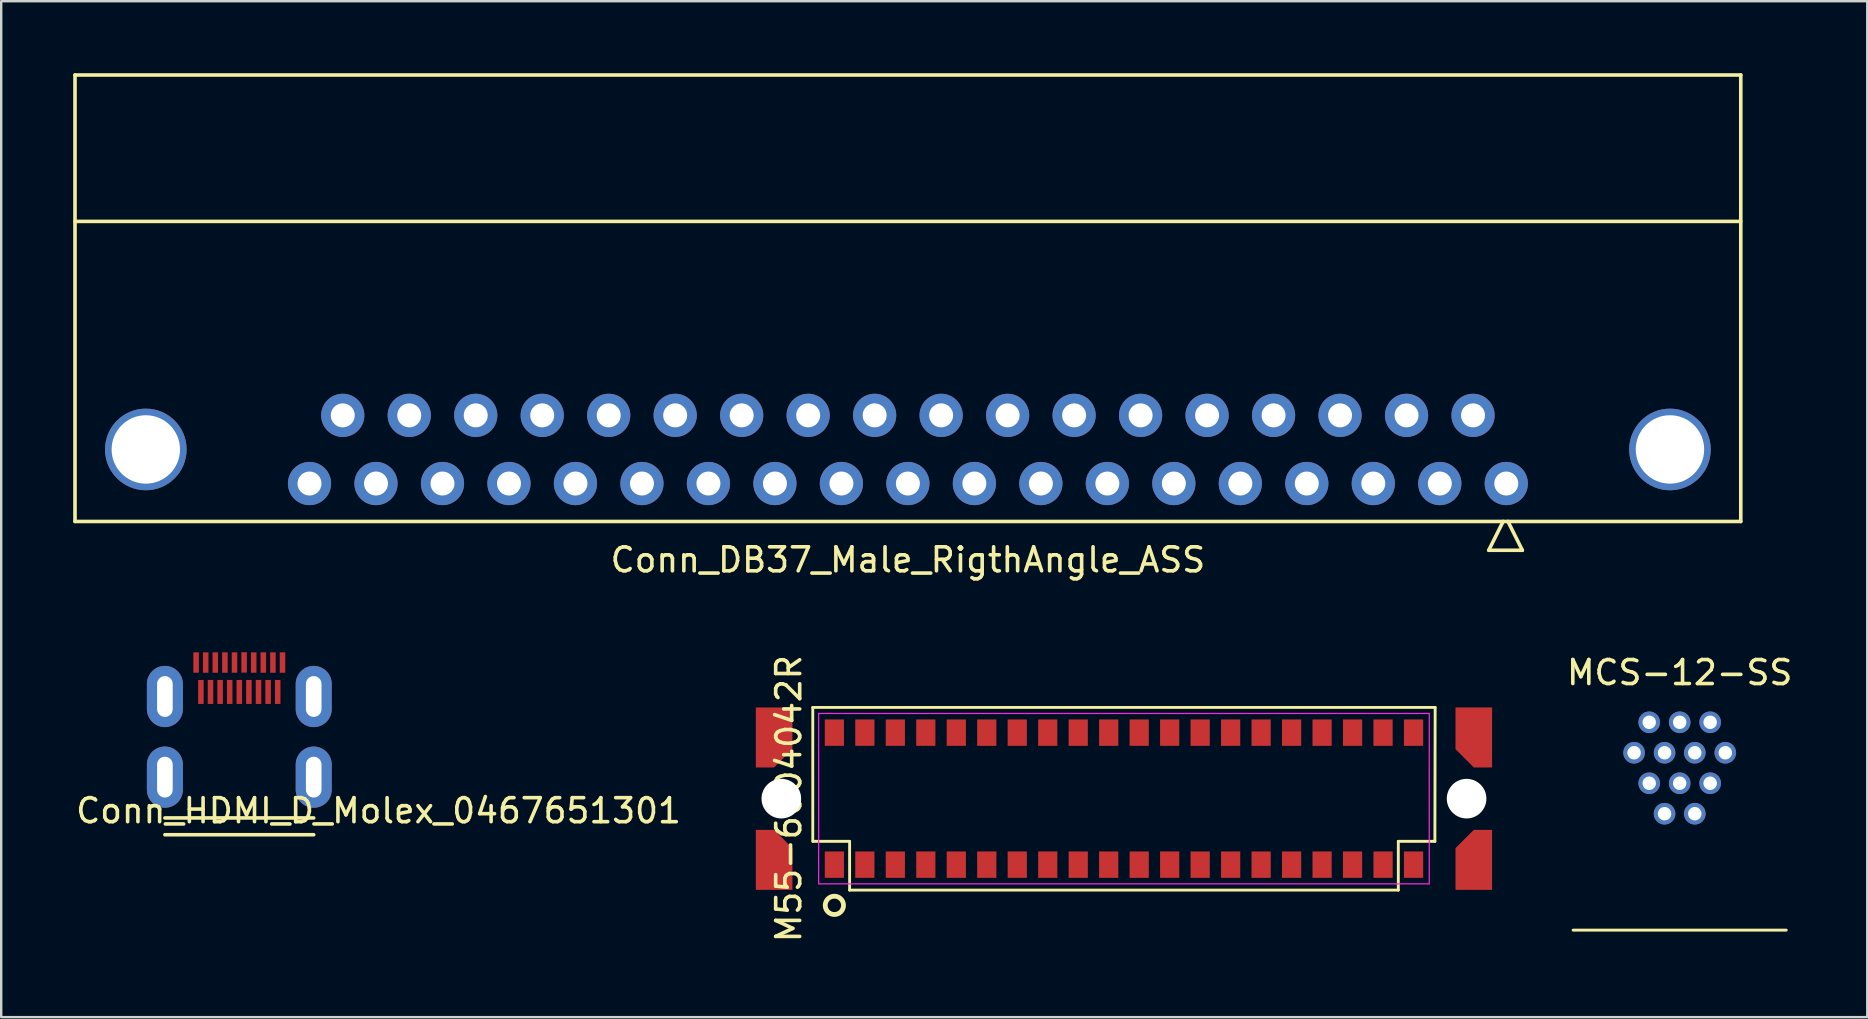
<source format=kicad_pcb>
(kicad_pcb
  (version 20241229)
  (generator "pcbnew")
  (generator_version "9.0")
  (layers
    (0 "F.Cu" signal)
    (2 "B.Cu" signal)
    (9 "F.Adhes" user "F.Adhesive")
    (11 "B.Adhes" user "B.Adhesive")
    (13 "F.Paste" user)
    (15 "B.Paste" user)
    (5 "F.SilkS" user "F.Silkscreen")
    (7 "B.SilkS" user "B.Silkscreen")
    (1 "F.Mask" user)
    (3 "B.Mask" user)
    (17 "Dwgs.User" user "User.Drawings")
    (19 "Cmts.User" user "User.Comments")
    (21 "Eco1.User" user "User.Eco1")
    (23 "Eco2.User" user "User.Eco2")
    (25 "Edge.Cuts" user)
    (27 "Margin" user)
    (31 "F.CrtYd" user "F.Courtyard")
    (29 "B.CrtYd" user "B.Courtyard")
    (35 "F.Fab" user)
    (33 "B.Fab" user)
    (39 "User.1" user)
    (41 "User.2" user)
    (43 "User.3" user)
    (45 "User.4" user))
  (footprint "MCS-12-SS"
    (layer "F.Cu")
    (at 66.93 35.702)
    (property "Reference" "MCS-12-SS" (at 0 -10.73 0) (layer "F.SilkS") (effects (font (size 1 1) (thickness 0.15))))
    (attr through_hole)
    (fp_line (start -4.44 0) (end 4.44 0) (stroke (width 0.12) (type solid)) (layer "F.SilkS"))
    (pad "1" thru_hole circle (at 1.27 -8.66) (size 0.9 0.9) (drill 0.56) (layers "*.Cu" "*.Mask"))
    (pad "2" thru_hole circle (at 0 -8.66) (size 0.9 0.9) (drill 0.56) (layers "*.Cu" "*.Mask"))
    (pad "3" thru_hole circle (at -1.27 -8.66) (size 0.9 0.9) (drill 0.56) (layers "*.Cu" "*.Mask"))
    (pad "4" thru_hole circle (at 1.9 -7.39) (size 0.9 0.9) (drill 0.56) (layers "*.Cu" "*.Mask"))
    (pad "5" thru_hole circle (at 0.63 -7.39) (size 0.9 0.9) (drill 0.56) (layers "*.Cu" "*.Mask"))
    (pad "6" thru_hole circle (at -0.63 -7.39) (size 0.9 0.9) (drill 0.56) (layers "*.Cu" "*.Mask"))
    (pad "7" thru_hole circle (at -1.9 -7.39) (size 0.9 0.9) (drill 0.56) (layers "*.Cu" "*.Mask"))
    (pad "8" thru_hole circle (at 1.27 -6.12) (size 0.9 0.9) (drill 0.56) (layers "*.Cu" "*.Mask"))
    (pad "9" thru_hole circle (at 0 -6.12) (size 0.9 0.9) (drill 0.56) (layers "*.Cu" "*.Mask"))
    (pad "10" thru_hole circle (at -1.27 -6.12) (size 0.9 0.9) (drill 0.56) (layers "*.Cu" "*.Mask"))
    (pad "11" thru_hole circle (at 0.63 -4.85) (size 0.9 0.9) (drill 0.56) (layers "*.Cu" "*.Mask"))
    (pad "12" thru_hole circle (at -0.63 -4.85) (size 0.9 0.9) (drill 0.56) (layers "*.Cu" "*.Mask")))
  (footprint "Conn_DB37_Male_RigthAngle_ASS"
    (layer "F.Cu")
    (at 34.775 15.675)
    (property "Reference" "Conn_DB37_Male_RigthAngle_ASS" (at 0 4.6 0) (layer "F.SilkS") (effects (font (size 1 1) (thickness 0.15))))
    (attr through_hole)
    (fp_line (start -34.7 -15.6) (end -34.7 3) (stroke (width 0.15) (type solid)) (layer "F.SilkS"))
    (fp_line (start -34.7 -15.6) (end 34.7 -15.6) (stroke (width 0.15) (type solid)) (layer "F.SilkS"))
    (fp_line (start -34.7 3) (end 34.7 3) (stroke (width 0.15) (type solid)) (layer "F.SilkS"))
    (fp_line (start 24.2 4.2) (end 25.6 4.2) (stroke (width 0.15) (type solid)) (layer "F.SilkS"))
    (fp_line (start 24.8 3) (end 24.2 4.2) (stroke (width 0.15) (type solid)) (layer "F.SilkS"))
    (fp_line (start 25.6 4.2) (end 25 3) (stroke (width 0.15) (type solid)) (layer "F.SilkS"))
    (fp_line (start 34.7 -15.6) (end 34.7 3) (stroke (width 0.15) (type solid)) (layer "F.SilkS"))
    (fp_line (start 34.7 -9.5) (end -34.7 -9.5) (stroke (width 0.15) (type solid)) (layer "F.SilkS"))
    (pad "" np_thru_hole circle (at -31.75 0) (size 3.4 3.4) (drill 2.85) (layers "*.Cu" "*.Mask"))
    (pad "" np_thru_hole circle (at 31.75 0) (size 3.4 3.4) (drill 2.85) (layers "*.Cu" "*.Mask"))
    (pad "1" thru_hole circle (at 24.93 1.42) (size 1.8 1.8) (drill 1) (layers "*.Cu" "*.Mask"))
    (pad "2" thru_hole circle (at 22.16 1.42) (size 1.8 1.8) (drill 1) (layers "*.Cu" "*.Mask"))
    (pad "3" thru_hole circle (at 19.39 1.42) (size 1.8 1.8) (drill 1) (layers "*.Cu" "*.Mask"))
    (pad "4" thru_hole circle (at 16.62 1.42) (size 1.8 1.8) (drill 1) (layers "*.Cu" "*.Mask"))
    (pad "5" thru_hole circle (at 13.85 1.42) (size 1.8 1.8) (drill 1) (layers "*.Cu" "*.Mask"))
    (pad "6" thru_hole circle (at 11.08 1.42) (size 1.8 1.8) (drill 1) (layers "*.Cu" "*.Mask"))
    (pad "7" thru_hole circle (at 8.31 1.42) (size 1.8 1.8) (drill 1) (layers "*.Cu" "*.Mask"))
    (pad "8" thru_hole circle (at 5.54 1.42) (size 1.8 1.8) (drill 1) (layers "*.Cu" "*.Mask"))
    (pad "9" thru_hole circle (at 2.77 1.42) (size 1.8 1.8) (drill 1) (layers "*.Cu" "*.Mask"))
    (pad "10" thru_hole circle (at 0 1.42) (size 1.8 1.8) (drill 1) (layers "*.Cu" "*.Mask"))
    (pad "11" thru_hole circle (at -2.77 1.42) (size 1.8 1.8) (drill 1) (layers "*.Cu" "*.Mask"))
    (pad "12" thru_hole circle (at -5.54 1.42) (size 1.8 1.8) (drill 1) (layers "*.Cu" "*.Mask"))
    (pad "13" thru_hole circle (at -8.31 1.42) (size 1.8 1.8) (drill 1) (layers "*.Cu" "*.Mask"))
    (pad "14" thru_hole circle (at -11.08 1.42) (size 1.8 1.8) (drill 1) (layers "*.Cu" "*.Mask"))
    (pad "15" thru_hole circle (at -13.85 1.42) (size 1.8 1.8) (drill 1) (layers "*.Cu" "*.Mask"))
    (pad "16" thru_hole circle (at -16.62 1.42) (size 1.8 1.8) (drill 1) (layers "*.Cu" "*.Mask"))
    (pad "17" thru_hole circle (at -19.39 1.42) (size 1.8 1.8) (drill 1) (layers "*.Cu" "*.Mask"))
    (pad "18" thru_hole circle (at -22.16 1.42) (size 1.8 1.8) (drill 1) (layers "*.Cu" "*.Mask"))
    (pad "19" thru_hole circle (at -24.93 1.42) (size 1.8 1.8) (drill 1) (layers "*.Cu" "*.Mask"))
    (pad "20" thru_hole circle (at 23.545 -1.42) (size 1.8 1.8) (drill 1) (layers "*.Cu" "*.Mask"))
    (pad "21" thru_hole circle (at 20.775 -1.42) (size 1.8 1.8) (drill 1) (layers "*.Cu" "*.Mask"))
    (pad "22" thru_hole circle (at 18.005 -1.42) (size 1.8 1.8) (drill 1) (layers "*.Cu" "*.Mask"))
    (pad "23" thru_hole circle (at 15.235 -1.42) (size 1.8 1.8) (drill 1) (layers "*.Cu" "*.Mask"))
    (pad "24" thru_hole circle (at 12.465 -1.42) (size 1.8 1.8) (drill 1) (layers "*.Cu" "*.Mask"))
    (pad "25" thru_hole circle (at 9.695 -1.42) (size 1.8 1.8) (drill 1) (layers "*.Cu" "*.Mask"))
    (pad "26" thru_hole circle (at 6.925 -1.42) (size 1.8 1.8) (drill 1) (layers "*.Cu" "*.Mask"))
    (pad "27" thru_hole circle (at 4.155 -1.42) (size 1.8 1.8) (drill 1) (layers "*.Cu" "*.Mask"))
    (pad "28" thru_hole circle (at 1.385 -1.42) (size 1.8 1.8) (drill 1) (layers "*.Cu" "*.Mask"))
    (pad "29" thru_hole circle (at -1.385 -1.42) (size 1.8 1.8) (drill 1) (layers "*.Cu" "*.Mask"))
    (pad "30" thru_hole circle (at -4.155 -1.42) (size 1.8 1.8) (drill 1) (layers "*.Cu" "*.Mask"))
    (pad "31" thru_hole circle (at -6.925 -1.42) (size 1.8 1.8) (drill 1) (layers "*.Cu" "*.Mask"))
    (pad "32" thru_hole circle (at -9.695 -1.42) (size 1.8 1.8) (drill 1) (layers "*.Cu" "*.Mask"))
    (pad "33" thru_hole circle (at -12.465 -1.42) (size 1.8 1.8) (drill 1) (layers "*.Cu" "*.Mask"))
    (pad "34" thru_hole circle (at -15.235 -1.42) (size 1.8 1.8) (drill 1) (layers "*.Cu" "*.Mask"))
    (pad "35" thru_hole circle (at -18.005 -1.42) (size 1.8 1.8) (drill 1) (layers "*.Cu" "*.Mask"))
    (pad "36" thru_hole circle (at -20.775 -1.42) (size 1.8 1.8) (drill 1) (layers "*.Cu" "*.Mask"))
    (pad "37" thru_hole circle (at -23.545 -1.42) (size 1.8 1.8) (drill 1) (layers "*.Cu" "*.Mask")))
  (footprint "M55-6004042R"
    (layer "F.Cu")
    (at 43.777 30.224)
    (property "Reference" "M55-6004042R" (at -13.965 0 90) (layer "F.SilkS") (effects (font (size 1 1) (thickness 0.15))))
    (attr smd)
    (fp_line (start -12.965 -3.8) (end 12.965 -3.8) (stroke (width 0.12) (type solid)) (layer "F.SilkS"))
    (fp_line (start -12.965 1.778) (end -12.965 -3.8) (stroke (width 0.12) (type solid)) (layer "F.SilkS"))
    (fp_line (start -11.43 1.778) (end -12.954 1.778) (stroke (width 0.12) (type default)) (layer "F.SilkS"))
    (fp_line (start -11.43 3.81) (end -11.43 1.778) (stroke (width 0.12) (type default)) (layer "F.SilkS"))
    (fp_line (start 11.43 1.778) (end 12.954 1.778) (stroke (width 0.12) (type default)) (layer "F.SilkS"))
    (fp_line (start 11.43 3.81) (end -11.43 3.81) (stroke (width 0.12) (type solid)) (layer "F.SilkS"))
    (fp_line (start 11.43 3.81) (end 11.43 1.778) (stroke (width 0.12) (type default)) (layer "F.SilkS"))
    (fp_line (start 12.965 -3.8) (end 12.954 1.778) (stroke (width 0.12) (type solid)) (layer "F.SilkS"))
    (fp_circle (center -12.065 4.445) (end -11.684 4.445) (stroke (width 0.2) (type default)) (fill no) (layer "F.SilkS"))
    (fp_line (start -12.72 -3.55) (end 12.72 -3.55) (stroke (width 0.05) (type solid)) (layer "F.CrtYd"))
    (fp_line (start -12.72 3.55) (end -12.72 -3.55) (stroke (width 0.05) (type solid)) (layer "F.CrtYd"))
    (fp_line (start 12.72 -3.55) (end 12.72 3.55) (stroke (width 0.05) (type solid)) (layer "F.CrtYd"))
    (fp_line (start 12.72 3.55) (end -12.72 3.55) (stroke (width 0.05) (type solid)) (layer "F.CrtYd"))
    (pad "" np_thru_hole circle (at -14.275 0) (size 1.65 1.65) (drill 1.65) (layers "*.Cu" "*.Mask"))
    (pad "" np_thru_hole circle (at 14.275 0) (size 1.65 1.65) (drill 1.65) (layers "*.Cu" "*.Mask"))
    (pad "1" smd rect (at -12.065 2.75) (size 0.8 1.1) (layers "F.Cu" "F.Mask" "F.Paste"))
    (pad "2" smd rect (at -10.795 2.75) (size 0.8 1.1) (layers "F.Cu" "F.Mask" "F.Paste"))
    (pad "3" smd rect (at -9.525 2.75) (size 0.8 1.1) (layers "F.Cu" "F.Mask" "F.Paste"))
    (pad "4" smd rect (at -8.255 2.75) (size 0.8 1.1) (layers "F.Cu" "F.Mask" "F.Paste"))
    (pad "5" smd rect (at -6.985 2.75) (size 0.8 1.1) (layers "F.Cu" "F.Mask" "F.Paste"))
    (pad "6" smd rect (at -5.715 2.75) (size 0.8 1.1) (layers "F.Cu" "F.Mask" "F.Paste"))
    (pad "7" smd rect (at -4.445 2.75) (size 0.8 1.1) (layers "F.Cu" "F.Mask" "F.Paste"))
    (pad "8" smd rect (at -3.175 2.75) (size 0.8 1.1) (layers "F.Cu" "F.Mask" "F.Paste"))
    (pad "9" smd rect (at -1.905 2.75) (size 0.8 1.1) (layers "F.Cu" "F.Mask" "F.Paste"))
    (pad "10" smd rect (at -0.635 2.75) (size 0.8 1.1) (layers "F.Cu" "F.Mask" "F.Paste"))
    (pad "11" smd rect (at 0.635 2.75) (size 0.8 1.1) (layers "F.Cu" "F.Mask" "F.Paste"))
    (pad "12" smd rect (at 1.905 2.75) (size 0.8 1.1) (layers "F.Cu" "F.Mask" "F.Paste"))
    (pad "13" smd rect (at 3.175 2.75) (size 0.8 1.1) (layers "F.Cu" "F.Mask" "F.Paste"))
    (pad "14" smd rect (at 4.445 2.75) (size 0.8 1.1) (layers "F.Cu" "F.Mask" "F.Paste"))
    (pad "15" smd rect (at 5.715 2.75) (size 0.8 1.1) (layers "F.Cu" "F.Mask" "F.Paste"))
    (pad "16" smd rect (at 6.985 2.75) (size 0.8 1.1) (layers "F.Cu" "F.Mask" "F.Paste"))
    (pad "17" smd rect (at 8.255 2.75) (size 0.8 1.1) (layers "F.Cu" "F.Mask" "F.Paste"))
    (pad "18" smd rect (at 9.525 2.75) (size 0.8 1.1) (layers "F.Cu" "F.Mask" "F.Paste"))
    (pad "19" smd rect (at 10.795 2.75) (size 0.8 1.1) (layers "F.Cu" "F.Mask" "F.Paste"))
    (pad "20" smd rect (at 12.065 2.75) (size 0.8 1.1) (layers "F.Cu" "F.Mask" "F.Paste"))
    (pad "21" smd rect (at 12.065 -2.75) (size 0.8 1.1) (layers "F.Cu" "F.Mask" "F.Paste"))
    (pad "22" smd rect (at 10.795 -2.75) (size 0.8 1.1) (layers "F.Cu" "F.Mask" "F.Paste"))
    (pad "23" smd rect (at 9.525 -2.75) (size 0.8 1.1) (layers "F.Cu" "F.Mask" "F.Paste"))
    (pad "24" smd rect (at 8.255 -2.75) (size 0.8 1.1) (layers "F.Cu" "F.Mask" "F.Paste"))
    (pad "25" smd rect (at 6.985 -2.75) (size 0.8 1.1) (layers "F.Cu" "F.Mask" "F.Paste"))
    (pad "26" smd rect (at 5.715 -2.75) (size 0.8 1.1) (layers "F.Cu" "F.Mask" "F.Paste"))
    (pad "27" smd rect (at 4.445 -2.75) (size 0.8 1.1) (layers "F.Cu" "F.Mask" "F.Paste"))
    (pad "28" smd rect (at 3.175 -2.75) (size 0.8 1.1) (layers "F.Cu" "F.Mask" "F.Paste"))
    (pad "29" smd rect (at 1.905 -2.75) (size 0.8 1.1) (layers "F.Cu" "F.Mask" "F.Paste"))
    (pad "30" smd rect (at 0.635 -2.75) (size 0.8 1.1) (layers "F.Cu" "F.Mask" "F.Paste"))
    (pad "31" smd rect (at -0.635 -2.75) (size 0.8 1.1) (layers "F.Cu" "F.Mask" "F.Paste"))
    (pad "32" smd rect (at -1.905 -2.75) (size 0.8 1.1) (layers "F.Cu" "F.Mask" "F.Paste"))
    (pad "33" smd rect (at -3.175 -2.75) (size 0.8 1.1) (layers "F.Cu" "F.Mask" "F.Paste"))
    (pad "34" smd rect (at -4.445 -2.75) (size 0.8 1.1) (layers "F.Cu" "F.Mask" "F.Paste"))
    (pad "35" smd rect (at -5.715 -2.75) (size 0.8 1.1) (layers "F.Cu" "F.Mask" "F.Paste"))
    (pad "36" smd rect (at -6.985 -2.75) (size 0.8 1.1) (layers "F.Cu" "F.Mask" "F.Paste"))
    (pad "37" smd rect (at -8.255 -2.75) (size 0.8 1.1) (layers "F.Cu" "F.Mask" "F.Paste"))
    (pad "38" smd rect (at -9.525 -2.75) (size 0.8 1.1) (layers "F.Cu" "F.Mask" "F.Paste"))
    (pad "39" smd rect (at -10.795 -2.75) (size 0.8 1.1) (layers "F.Cu" "F.Mask" "F.Paste"))
    (pad "40" smd rect (at -12.065 -2.75) (size 0.8 1.1) (layers "F.Cu" "F.Mask" "F.Paste"))
    (pad "MP" smd roundrect (at -14.575 -2.55) (size 1.524 2.5) (layers "F.Cu" "F.Mask" "F.Paste") (roundrect_rratio 0) (chamfer_ratio 0.5) (chamfer bottom_right))
    (pad "MP" smd roundrect (at -14.575 2.55) (size 1.524 2.5) (layers "F.Cu" "F.Mask" "F.Paste") (roundrect_rratio 0) (chamfer_ratio 0.5) (chamfer top_right))
    (pad "MP" smd roundrect (at 14.575 -2.55) (size 1.524 2.5) (layers "F.Cu" "F.Mask" "F.Paste") (roundrect_rratio 0) (chamfer_ratio 0.5) (chamfer bottom_left))
    (pad "MP" smd roundrect (at 14.575 2.55) (size 1.524 2.5) (layers "F.Cu" "F.Mask" "F.Paste") (roundrect_rratio 0) (chamfer_ratio 0.5) (chamfer top_left)))
  (footprint "Conn_HDMI_D_Molex_0467651301"
    (layer "F.Cu")
    (at 6.92 31.028)
    (property "Reference" "Conn_HDMI_D_Molex_0467651301" (at 5.8 -0.3 0) (layer "F.SilkS") (effects (font (size 1 1) (thickness 0.15))))
    (attr through_hole)
    (fp_line (start -3.1 0.7) (end 3.1 0.7) (stroke (width 0.15) (type solid)) (layer "F.SilkS"))
    (fp_line (start 3.1 0) (end -3.1 0) (stroke (width 0.15) (type solid)) (layer "F.SilkS"))
    (pad "1" smd rect (at 1.8 -6.475) (size 0.23 0.85) (layers "F.Cu" "F.Mask" "F.Paste"))
    (pad "2" smd rect (at 1.6 -5.25) (size 0.23 1) (layers "F.Cu" "F.Mask" "F.Paste"))
    (pad "3" smd rect (at 1.4 -6.475) (size 0.23 0.85) (layers "F.Cu" "F.Mask" "F.Paste"))
    (pad "4" smd rect (at 1.2 -5.25) (size 0.23 1) (layers "F.Cu" "F.Mask" "F.Paste"))
    (pad "5" smd rect (at 1 -6.475) (size 0.23 0.85) (layers "F.Cu" "F.Mask" "F.Paste"))
    (pad "6" smd rect (at 0.8 -5.25) (size 0.23 1) (layers "F.Cu" "F.Mask" "F.Paste"))
    (pad "7" smd rect (at 0.6 -6.475) (size 0.23 0.85) (layers "F.Cu" "F.Mask" "F.Paste"))
    (pad "8" smd rect (at 0.4 -5.25) (size 0.23 1) (layers "F.Cu" "F.Mask" "F.Paste"))
    (pad "9" smd rect (at 0.2 -6.48) (size 0.23 0.85) (layers "F.Cu" "F.Mask" "F.Paste"))
    (pad "10" smd rect (at 0 -5.25) (size 0.23 1) (layers "F.Cu" "F.Mask" "F.Paste"))
    (pad "11" smd rect (at -0.2 -6.475) (size 0.23 0.85) (layers "F.Cu" "F.Mask" "F.Paste"))
    (pad "12" smd rect (at -0.4 -5.25) (size 0.23 1) (layers "F.Cu" "F.Mask" "F.Paste"))
    (pad "13" smd rect (at -0.6 -6.475) (size 0.23 0.85) (layers "F.Cu" "F.Mask" "F.Paste"))
    (pad "14" smd rect (at -0.8 -5.25) (size 0.23 1) (layers "F.Cu" "F.Mask" "F.Paste"))
    (pad "15" smd rect (at -1 -6.475) (size 0.23 0.85) (layers "F.Cu" "F.Mask" "F.Paste"))
    (pad "16" smd rect (at -1.2 -5.25) (size 0.23 1) (layers "F.Cu" "F.Mask" "F.Paste"))
    (pad "17" smd rect (at -1.4 -6.475) (size 0.23 0.85) (layers "F.Cu" "F.Mask" "F.Paste"))
    (pad "18" smd rect (at -1.6 -5.25) (size 0.23 1) (layers "F.Cu" "F.Mask" "F.Paste"))
    (pad "19" smd rect (at -1.8 -6.475) (size 0.23 0.85) (layers "F.Cu" "F.Mask" "F.Paste"))
    (pad "SH" thru_hole oval (at -3.1 -5.06) (size 1.5 2.55) (drill oval 0.65 1.7) (layers "*.Cu" "*.Mask"))
    (pad "SH" thru_hole oval (at -3.1 -1.7) (size 1.5 2.55) (drill oval 0.65 1.7) (layers "*.Cu" "*.Mask"))
    (pad "SH" thru_hole oval (at 3.1 -5.06) (size 1.5 2.55) (drill oval 0.65 1.7) (layers "*.Cu" "*.Mask"))
    (pad "SH" thru_hole oval (at 3.1 -1.7) (size 1.5 2.55) (drill oval 0.65 1.7) (layers "*.Cu" "*.Mask")))
  (gr_rect
    (start -3 -3)
    (end 74.745 39.326)
    (stroke (width 0.1) (type default))
    (fill no)
    (layer "Edge.Cuts")))
</source>
